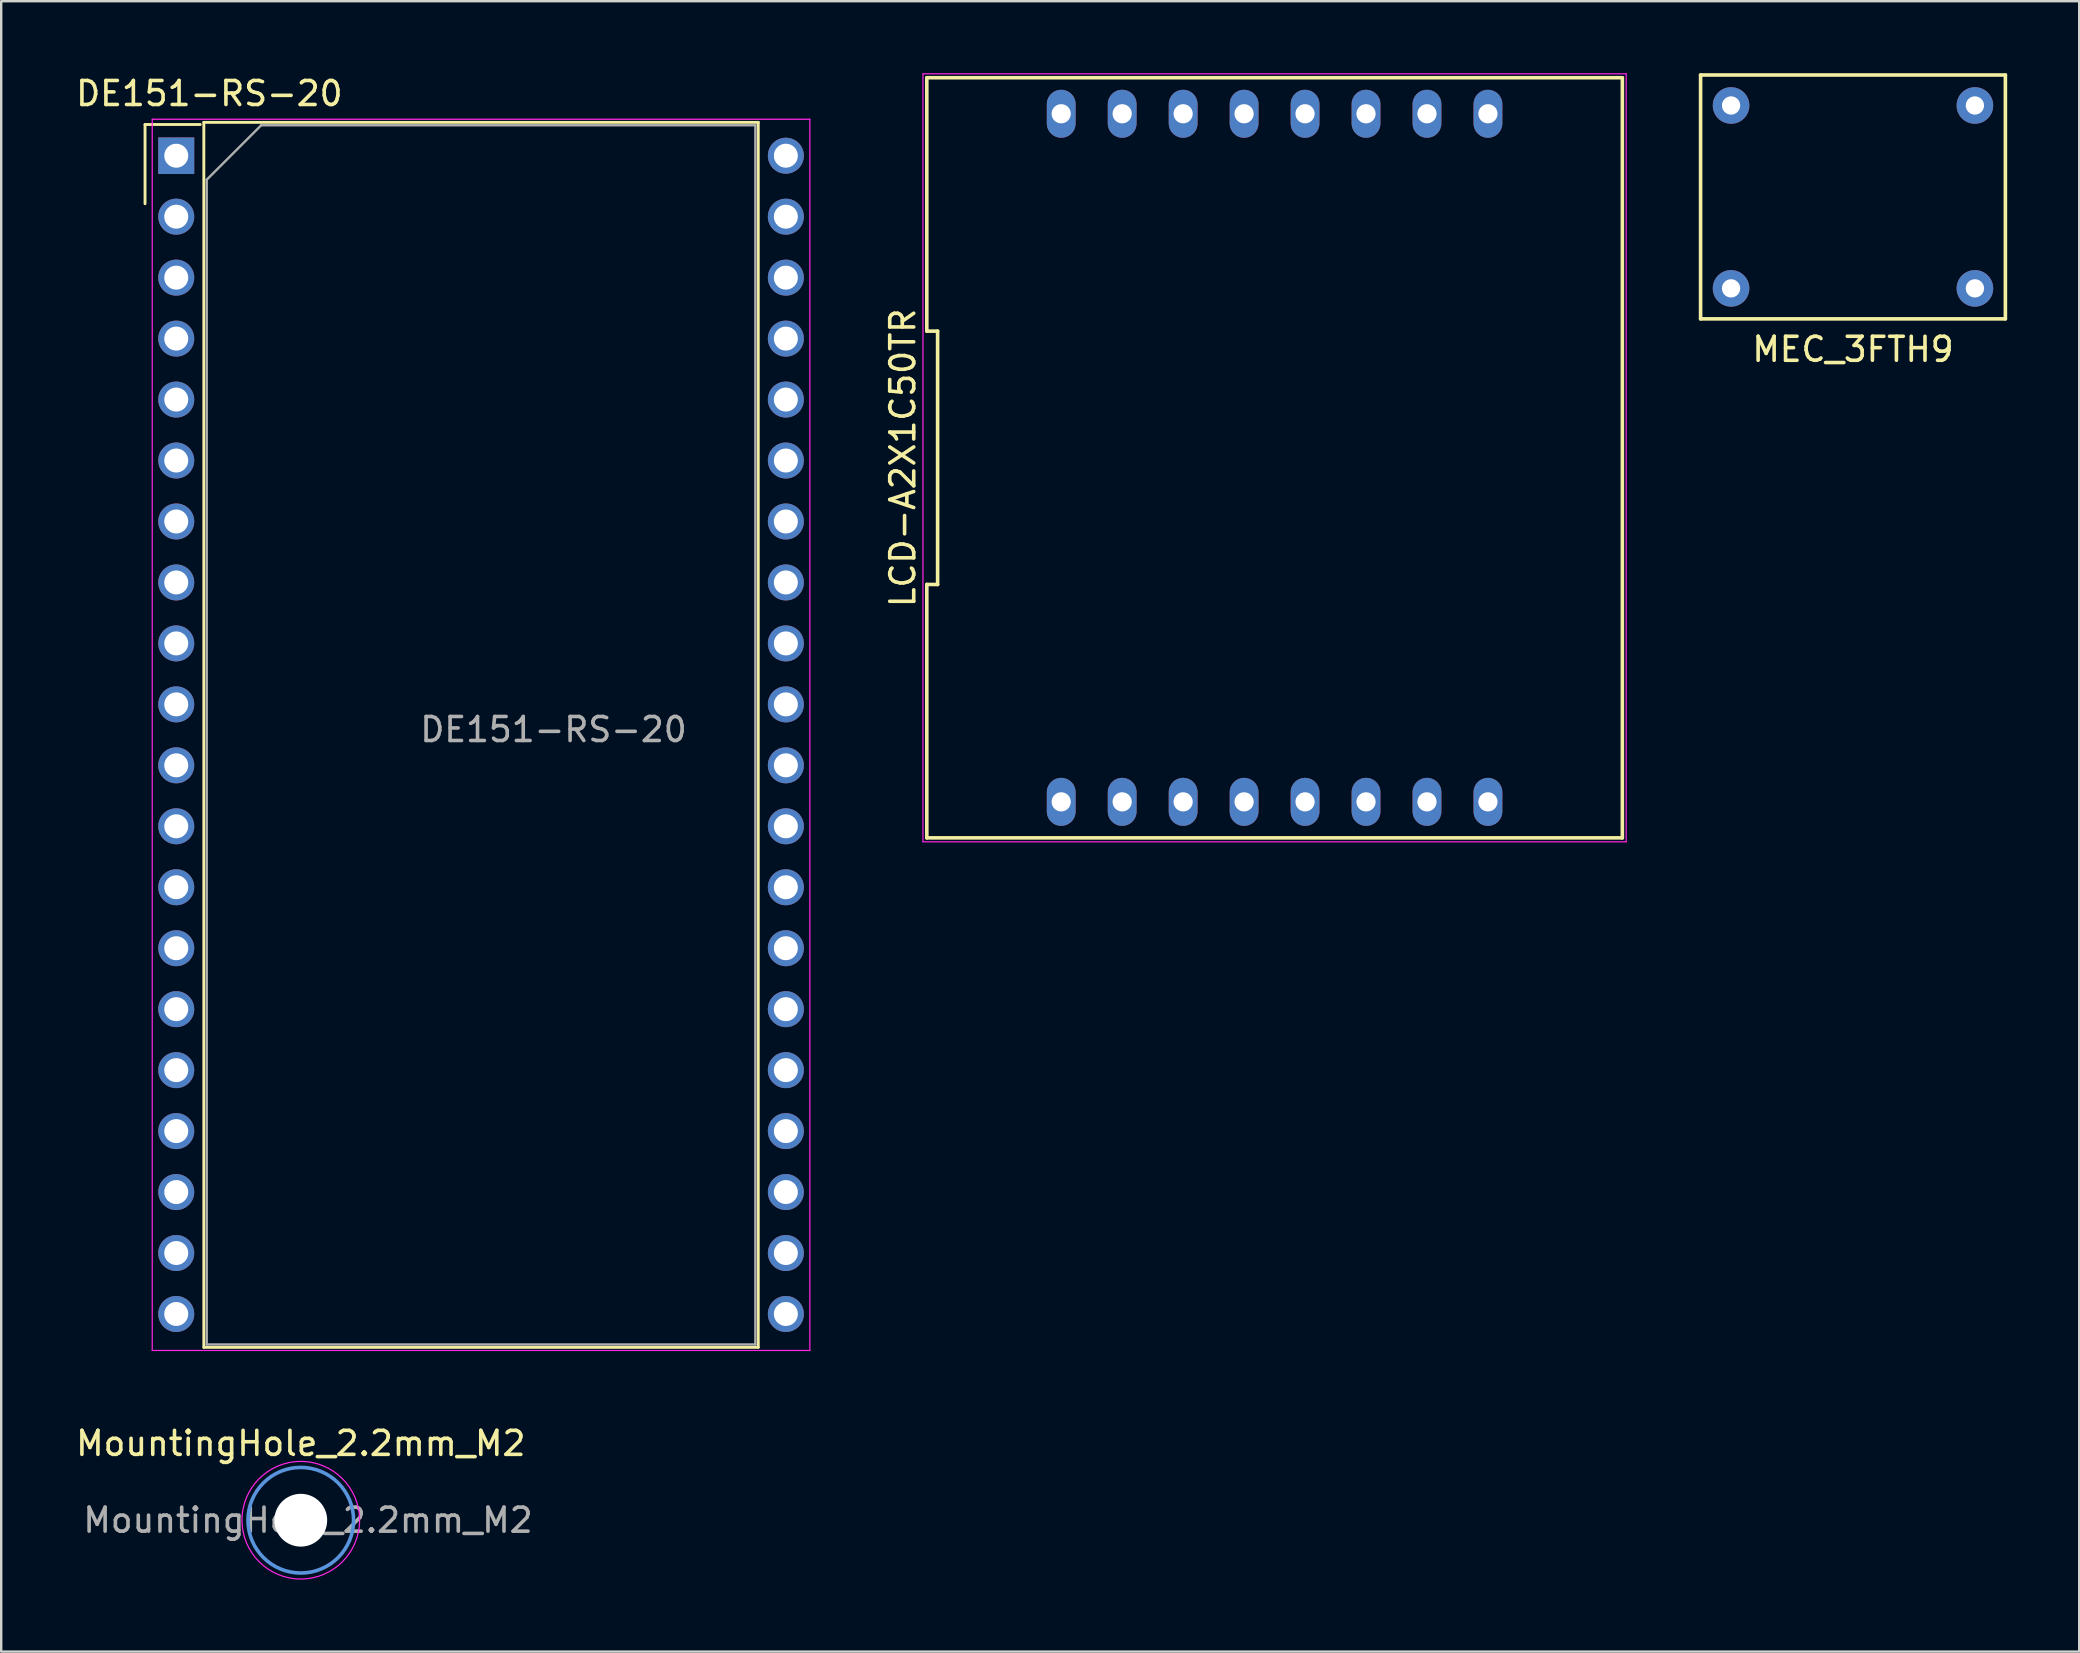
<source format=kicad_pcb>
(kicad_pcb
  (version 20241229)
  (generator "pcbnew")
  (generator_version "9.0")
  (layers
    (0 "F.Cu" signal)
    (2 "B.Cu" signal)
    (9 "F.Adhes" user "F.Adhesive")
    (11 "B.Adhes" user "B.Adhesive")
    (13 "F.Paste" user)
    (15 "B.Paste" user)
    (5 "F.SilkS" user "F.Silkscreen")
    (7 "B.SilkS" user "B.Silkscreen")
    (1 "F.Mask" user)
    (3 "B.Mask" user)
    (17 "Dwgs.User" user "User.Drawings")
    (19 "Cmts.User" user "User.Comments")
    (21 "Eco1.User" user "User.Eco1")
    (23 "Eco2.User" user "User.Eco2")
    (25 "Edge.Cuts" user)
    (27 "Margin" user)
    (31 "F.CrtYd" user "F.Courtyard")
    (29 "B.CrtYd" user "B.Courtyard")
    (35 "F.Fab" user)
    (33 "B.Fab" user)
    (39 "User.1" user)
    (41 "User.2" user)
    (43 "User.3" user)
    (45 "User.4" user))
  (footprint "MountingHole_2.2mm_M2"
    (layer "F.Cu")
    (at 9.482 60.291)
    (property "Reference" "MountingHole_2.2mm_M2" (at 0 -3.2 0) (layer "F.SilkS") (effects (font (size 1 1) (thickness 0.15))))
    (attr exclude_from_pos_files exclude_from_bom)
    (fp_circle (center 0 0) (end 2.2 0) (stroke (width 0.15) (type solid)) (fill no) (layer "Cmts.User"))
    (fp_circle (center 0 0) (end 2.45 0) (stroke (width 0.05) (type solid)) (fill no) (layer "F.CrtYd"))
    (fp_text user "${REFERENCE}" (at 0.3 0 0) (layer "F.Fab") (effects (font (size 1 1) (thickness 0.15))))
    (pad "" np_thru_hole circle (at 0 0) (size 2.2 2.2) (drill 2.2) (layers "*.Cu" "*.Mask")))
  (footprint "MEC_3FTH9"
    (layer "F.Cu")
    (at 74.156 5.155)
    (property "Reference" "MEC_3FTH9" (at 0 6.35 0) (layer "F.SilkS") (effects (font (size 1 1) (thickness 0.15))))
    (attr through_hole)
    (fp_line (start -6.35 -5.08) (end 6.35 -5.08) (stroke (width 0.15) (type solid)) (layer "F.SilkS"))
    (fp_line (start -6.35 5.08) (end -6.35 -5.08) (stroke (width 0.15) (type solid)) (layer "F.SilkS"))
    (fp_line (start 6.35 -5.08) (end 6.35 5.08) (stroke (width 0.15) (type solid)) (layer "F.SilkS"))
    (fp_line (start 6.35 5.08) (end -6.35 5.08) (stroke (width 0.15) (type solid)) (layer "F.SilkS"))
    (pad "1" thru_hole circle (at 5.08 -3.81) (size 1.524 1.524) (drill 0.762) (layers "*.Cu" "*.Mask"))
    (pad "2" thru_hole circle (at -5.08 -3.81) (size 1.524 1.524) (drill 0.762) (layers "*.Cu" "*.Mask"))
    (pad "3" thru_hole circle (at 5.08 3.81) (size 1.524 1.524) (drill 0.762) (layers "*.Cu" "*.Mask"))
    (pad "4" thru_hole circle (at -5.08 3.81) (size 1.524 1.524) (drill 0.762) (layers "*.Cu" "*.Mask")))
  (footprint "DE151-RS-20"
    (layer "F.Cu")
    (at 4.293 3.438)
    (property "Reference" "DE151-RS-20" (at 1.38 -2.59 0) (layer "F.SilkS") (effects (font (size 1 1) (thickness 0.15))))
    (attr through_hole)
    (fp_line (start -1.3 -1.3) (end -1.3 2) (stroke (width 0.12) (type solid)) (layer "F.SilkS"))
    (fp_line (start -1.3 -1.3) (end 1 -1.3) (stroke (width 0.12) (type solid)) (layer "F.SilkS"))
    (fp_line (start 1.15 -1.39) (end 24.25 -1.39) (stroke (width 0.12) (type solid)) (layer "F.SilkS"))
    (fp_line (start 1.15 49.65) (end 1.15 -1.39) (stroke (width 0.12) (type solid)) (layer "F.SilkS"))
    (fp_line (start 24.25 -1.39) (end 24.25 49.65) (stroke (width 0.12) (type solid)) (layer "F.SilkS"))
    (fp_line (start 24.25 49.65) (end 1.15 49.65) (stroke (width 0.12) (type solid)) (layer "F.SilkS"))
    (fp_line (start -1 -1.52) (end 26.4 -1.52) (stroke (width 0.05) (type solid)) (layer "F.CrtYd"))
    (fp_line (start -1 49.78) (end -1 -1.52) (stroke (width 0.05) (type solid)) (layer "F.CrtYd"))
    (fp_line (start 26.4 -1.52) (end 26.4 49.78) (stroke (width 0.05) (type solid)) (layer "F.CrtYd"))
    (fp_line (start 26.4 49.78) (end -1 49.78) (stroke (width 0.05) (type solid)) (layer "F.CrtYd"))
    (fp_line (start 1.27 1) (end 3.54 -1.27) (stroke (width 0.1) (type solid)) (layer "F.Fab"))
    (fp_line (start 1.27 49.53) (end 1.27 1) (stroke (width 0.1) (type solid)) (layer "F.Fab"))
    (fp_line (start 3.54 -1.27) (end 24.13 -1.27) (stroke (width 0.1) (type solid)) (layer "F.Fab"))
    (fp_line (start 24.13 -1.27) (end 24.13 49.53) (stroke (width 0.1) (type solid)) (layer "F.Fab"))
    (fp_line (start 24.13 49.53) (end 1.27 49.53) (stroke (width 0.1) (type solid)) (layer "F.Fab"))
    (fp_text user "${REFERENCE}" (at 15.72 23.91 0) (layer "F.Fab") (effects (font (size 1 1) (thickness 0.15))))
    (pad "1" thru_hole rect (at 0 0) (size 1.5 1.524) (drill 1) (layers "*.Cu" "*.Mask"))
    (pad "2" thru_hole circle (at 0 2.54) (size 1.5 1.5) (drill 1) (layers "*.Cu" "*.Mask"))
    (pad "3" thru_hole circle (at 0 5.08) (size 1.5 1.5) (drill 1) (layers "*.Cu" "*.Mask"))
    (pad "4" thru_hole circle (at 0 7.62) (size 1.5 1.5) (drill 1) (layers "*.Cu" "*.Mask"))
    (pad "5" thru_hole circle (at 0 10.16) (size 1.5 1.5) (drill 1) (layers "*.Cu" "*.Mask"))
    (pad "6" thru_hole circle (at 0 12.7) (size 1.5 1.5) (drill 1) (layers "*.Cu" "*.Mask"))
    (pad "7" thru_hole circle (at 0 15.24) (size 1.5 1.5) (drill 1) (layers "*.Cu" "*.Mask"))
    (pad "8" thru_hole circle (at 0 17.78) (size 1.5 1.5) (drill 1) (layers "*.Cu" "*.Mask"))
    (pad "9" thru_hole circle (at 0 20.32) (size 1.5 1.5) (drill 1) (layers "*.Cu" "*.Mask"))
    (pad "10" thru_hole circle (at 0 22.86) (size 1.5 1.5) (drill 1) (layers "*.Cu" "*.Mask"))
    (pad "11" thru_hole circle (at 0 25.4) (size 1.5 1.5) (drill 1) (layers "*.Cu" "*.Mask"))
    (pad "12" thru_hole circle (at 0 27.94) (size 1.5 1.5) (drill 1) (layers "*.Cu" "*.Mask"))
    (pad "13" thru_hole circle (at 0 30.48) (size 1.5 1.5) (drill 1) (layers "*.Cu" "*.Mask"))
    (pad "14" thru_hole circle (at 0 33.02) (size 1.5 1.5) (drill 1) (layers "*.Cu" "*.Mask"))
    (pad "15" thru_hole circle (at 0 35.56) (size 1.5 1.5) (drill 1) (layers "*.Cu" "*.Mask"))
    (pad "16" thru_hole circle (at 0 38.1) (size 1.5 1.5) (drill 1) (layers "*.Cu" "*.Mask"))
    (pad "17" thru_hole circle (at 0 40.64) (size 1.5 1.5) (drill 1) (layers "*.Cu" "*.Mask"))
    (pad "18" thru_hole circle (at 0 43.18) (size 1.5 1.5) (drill 1) (layers "*.Cu" "*.Mask"))
    (pad "19" thru_hole circle (at 0 45.72) (size 1.5 1.5) (drill 1) (layers "*.Cu" "*.Mask"))
    (pad "20" thru_hole circle (at 0 48.26) (size 1.5 1.5) (drill 1) (layers "*.Cu" "*.Mask"))
    (pad "21" thru_hole circle (at 25.4 48.26) (size 1.5 1.5) (drill 1) (layers "*.Cu" "*.Mask"))
    (pad "22" thru_hole circle (at 25.4 45.72) (size 1.5 1.5) (drill 1) (layers "*.Cu" "*.Mask"))
    (pad "23" thru_hole circle (at 25.4 43.18) (size 1.5 1.5) (drill 1) (layers "*.Cu" "*.Mask"))
    (pad "24" thru_hole circle (at 25.4 40.64) (size 1.5 1.5) (drill 1) (layers "*.Cu" "*.Mask"))
    (pad "25" thru_hole circle (at 25.4 38.1) (size 1.5 1.5) (drill 1) (layers "*.Cu" "*.Mask"))
    (pad "26" thru_hole circle (at 25.4 35.56) (size 1.5 1.5) (drill 1) (layers "*.Cu" "*.Mask"))
    (pad "27" thru_hole circle (at 25.4 33.02) (size 1.5 1.5) (drill 1) (layers "*.Cu" "*.Mask"))
    (pad "28" thru_hole circle (at 25.4 30.48) (size 1.5 1.5) (drill 1) (layers "*.Cu" "*.Mask"))
    (pad "29" thru_hole circle (at 25.4 27.94) (size 1.5 1.5) (drill 1) (layers "*.Cu" "*.Mask"))
    (pad "30" thru_hole circle (at 25.4 25.4) (size 1.5 1.5) (drill 1) (layers "*.Cu" "*.Mask"))
    (pad "31" thru_hole circle (at 25.4 22.86) (size 1.5 1.5) (drill 1) (layers "*.Cu" "*.Mask"))
    (pad "32" thru_hole circle (at 25.4 20.32) (size 1.5 1.5) (drill 1) (layers "*.Cu" "*.Mask"))
    (pad "33" thru_hole circle (at 25.4 17.78) (size 1.5 1.5) (drill 1) (layers "*.Cu" "*.Mask"))
    (pad "34" thru_hole circle (at 25.4 15.24) (size 1.5 1.5) (drill 1) (layers "*.Cu" "*.Mask"))
    (pad "35" thru_hole circle (at 25.4 12.7) (size 1.5 1.5) (drill 1) (layers "*.Cu" "*.Mask"))
    (pad "36" thru_hole circle (at 25.4 10.16) (size 1.5 1.5) (drill 1) (layers "*.Cu" "*.Mask"))
    (pad "37" thru_hole circle (at 25.4 7.62) (size 1.5 1.5) (drill 1) (layers "*.Cu" "*.Mask"))
    (pad "38" thru_hole circle (at 25.4 5.08) (size 1.5 1.5) (drill 1) (layers "*.Cu" "*.Mask"))
    (pad "39" thru_hole circle (at 25.4 2.54) (size 1.5 1.5) (drill 1) (layers "*.Cu" "*.Mask"))
    (pad "40" thru_hole circle (at 25.4 0) (size 1.5 1.5) (drill 1) (layers "*.Cu" "*.Mask")))
  (footprint "LCD-A2X1C50TR"
    (layer "F.Cu")
    (at 50.056 16.025)
    (property "Reference" "LCD-A2X1C50TR" (at -15.49 0 90) (layer "F.SilkS") (effects (font (size 1 1) (thickness 0.15))))
    (attr through_hole)
    (fp_line (start -14.49 -5.278) (end -14.04 -5.278) (stroke (width 0.15) (type solid)) (layer "F.SilkS"))
    (fp_line (start -14.49 5.278) (end -14.49 15.835) (stroke (width 0.15) (type solid)) (layer "F.SilkS"))
    (fp_line (start -14.49 15.835) (end 14.49 15.835) (stroke (width 0.15) (type solid)) (layer "F.SilkS"))
    (fp_line (start -14.49 -15.835) (end -14.49 -5.278) (stroke (width 0.15) (type solid)) (layer "F.SilkS"))
    (fp_line (start -14.04 -5.278) (end -14.04 5.278) (stroke (width 0.15) (type solid)) (layer "F.SilkS"))
    (fp_line (start -14.04 5.278) (end -14.49 5.278) (stroke (width 0.15) (type solid)) (layer "F.SilkS"))
    (fp_line (start 14.49 15.835) (end 14.49 -15.835) (stroke (width 0.15) (type solid)) (layer "F.SilkS"))
    (fp_line (start 14.49 -15.835) (end -14.49 -15.835) (stroke (width 0.15) (type solid)) (layer "F.SilkS"))
    (fp_line (start -14.65 -16) (end 14.65 -16) (stroke (width 0.05) (type solid)) (layer "F.CrtYd"))
    (fp_line (start -14.65 16) (end -14.65 -16) (stroke (width 0.05) (type solid)) (layer "F.CrtYd"))
    (fp_line (start 14.65 -16) (end 14.65 16) (stroke (width 0.05) (type solid)) (layer "F.CrtYd"))
    (fp_line (start 14.65 16) (end -14.65 16) (stroke (width 0.05) (type solid)) (layer "F.CrtYd"))
    (pad "1" thru_hole oval (at -8.89 14.335) (size 1.2 2) (drill 0.8) (layers "*.Cu" "*.Mask"))
    (pad "2" thru_hole oval (at -6.35 14.335) (size 1.2 2) (drill 0.8) (layers "*.Cu" "*.Mask"))
    (pad "3" thru_hole oval (at -3.81 14.335) (size 1.2 2) (drill 0.8) (layers "*.Cu" "*.Mask"))
    (pad "4" thru_hole oval (at -1.27 14.335) (size 1.2 2) (drill 0.8) (layers "*.Cu" "*.Mask"))
    (pad "5" thru_hole oval (at 1.27 14.335) (size 1.2 2) (drill 0.8) (layers "*.Cu" "*.Mask"))
    (pad "6" thru_hole oval (at 3.81 14.335) (size 1.2 2) (drill 0.8) (layers "*.Cu" "*.Mask"))
    (pad "7" thru_hole oval (at 6.35 14.335) (size 1.2 2) (drill 0.8) (layers "*.Cu" "*.Mask"))
    (pad "8" thru_hole oval (at 8.89 14.335) (size 1.2 2) (drill 0.8) (layers "*.Cu" "*.Mask"))
    (pad "9" thru_hole oval (at 8.89 -14.335) (size 1.2 2) (drill 0.8) (layers "*.Cu" "*.Mask"))
    (pad "10" thru_hole oval (at 6.35 -14.335) (size 1.2 2) (drill 0.8) (layers "*.Cu" "*.Mask"))
    (pad "11" thru_hole oval (at 3.81 -14.335) (size 1.2 2) (drill 0.8) (layers "*.Cu" "*.Mask"))
    (pad "12" thru_hole oval (at 1.27 -14.335) (size 1.2 2) (drill 0.8) (layers "*.Cu" "*.Mask"))
    (pad "13" thru_hole oval (at -1.27 -14.335) (size 1.2 2) (drill 0.8) (layers "*.Cu" "*.Mask"))
    (pad "14" thru_hole oval (at -3.81 -14.335) (size 1.2 2) (drill 0.8) (layers "*.Cu" "*.Mask"))
    (pad "15" thru_hole oval (at -6.35 -14.335) (size 1.2 2) (drill 0.8) (layers "*.Cu" "*.Mask"))
    (pad "16" thru_hole oval (at -8.89 -14.335) (size 1.2 2) (drill 0.8) (layers "*.Cu" "*.Mask")))
  (gr_rect
    (start -3 -3)
    (end 83.581 65.766)
    (stroke (width 0.1) (type default))
    (fill no)
    (layer "Edge.Cuts")))
</source>
